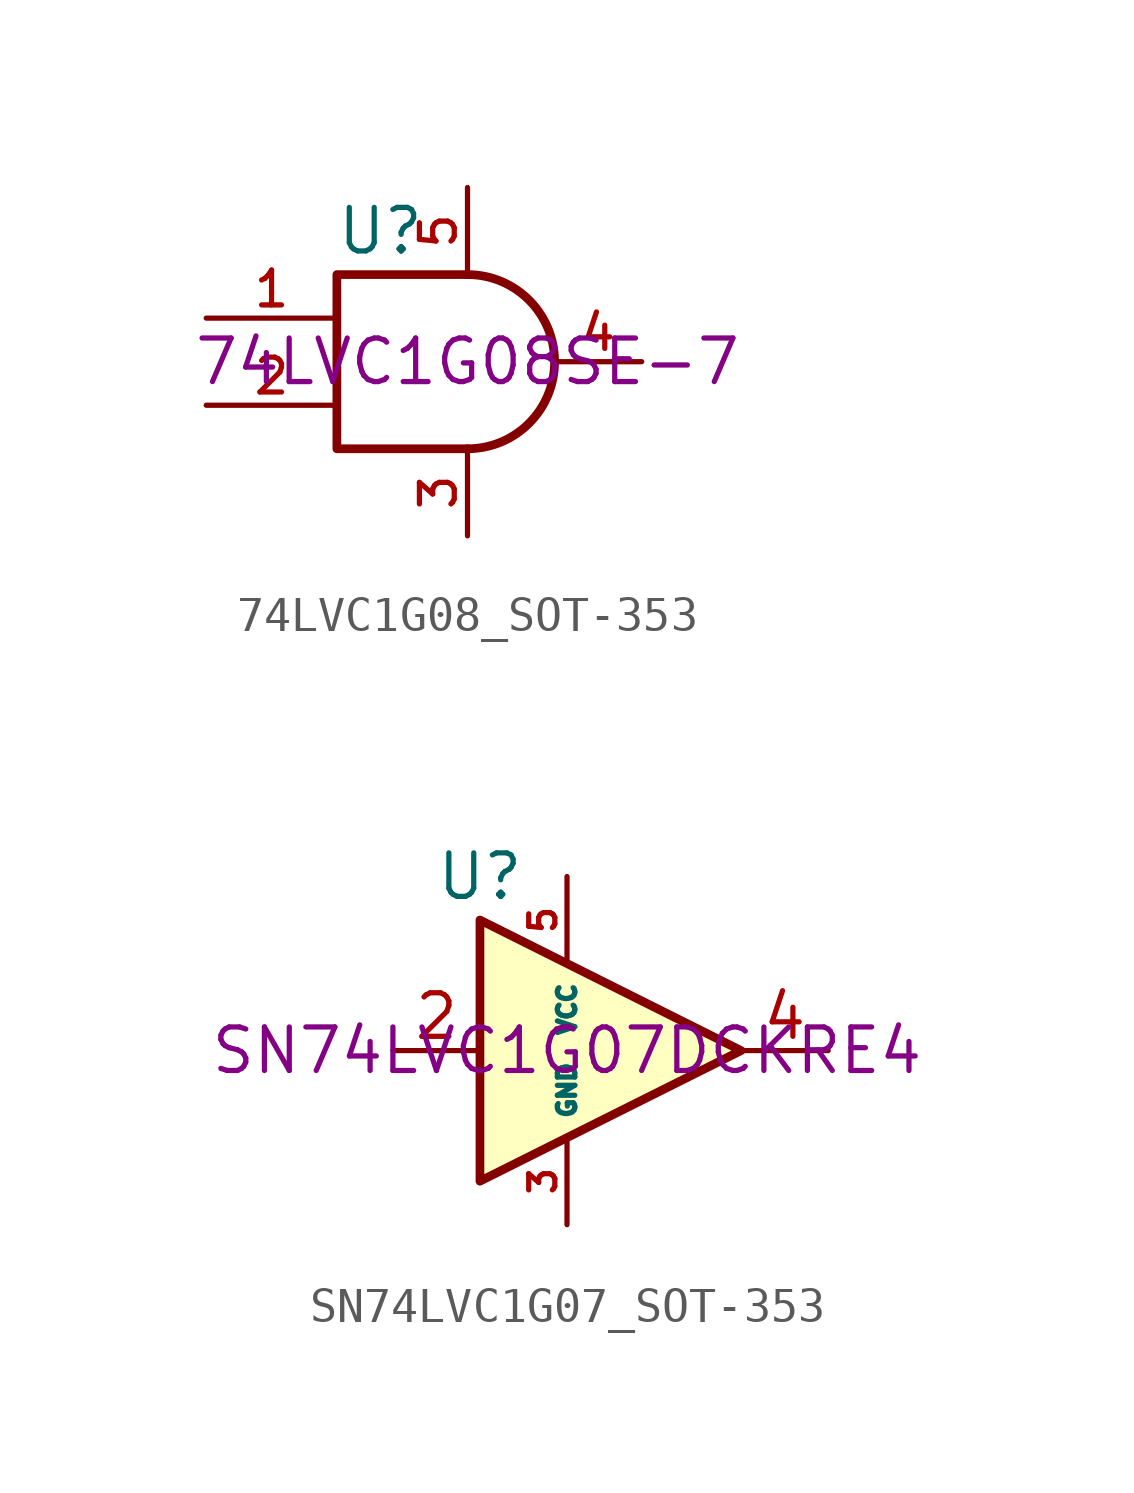
<source format=kicad_sym>
(kicad_symbol_lib
  (version 20211014)
  (generator kicad_symbol_editor)
  (symbol "74LVC1G08_SOT-353"
    (pin_names
      (offset 1.016))
    (property "Reference" "U"
      (at -2.54 3.81 0)
      (effects (font (size 1.27 1.27))))
    (property "Manufacturer Part Number" "74LVC1G08SE-7"
      (at 0 0 0)
      (effects (font (size 1.27 1.27))))
    (symbol "74LVC1G08_SOT-353_0_1"
      (arc (start 0 -2.54) (mid 2.54 0) (end 0 2.54) (stroke (width 0.254) (type default) (color 0 0 0 0)) (fill (type none)))
      (polyline (pts (xy 0 -2.54) (xy -3.81 -2.54) (xy -3.81 2.54) (xy 0 2.54)) (stroke (width 0.254) (type default) (color 0 0 0 0)) (fill (type none))))
    (symbol "74LVC1G08_SOT-353_1_1"
      (pin input line (at -7.62 1.27 0) (length 3.81) (name "~" (effects (font (size 1.016 1.016)))) (number "1" (effects (font (size 1.016 1.016)))))
      (pin input line (at -7.62 -1.27 0) (length 3.81) (name "~" (effects (font (size 1.016 1.016)))) (number "2" (effects (font (size 1.016 1.016)))))
      (pin power_in line (at 0 -5.08 90) (length 2.54) (name "~" (effects (font (size 1.016 1.016)))) (number "3" (effects (font (size 1.016 1.016)))))
      (pin output line (at 5.08 0 180) (length 2.54) (name "~" (effects (font (size 1.016 1.016)))) (number "4" (effects (font (size 1.016 1.016)))))
      (pin power_in line (at 0 5.08 270) (length 2.54) (name "~" (effects (font (size 1.016 1.016)))) (number "5" (effects (font (size 1.016 1.016)))))))
  (symbol "SN74LVC1G07_SOT-353"
    (property "Reference" "U"
      (at -2.54 5.08 0)
      (effects (font (size 1.27 1.27))))
    (property "Manufacturer Part Number" "SN74LVC1G07DCKRE4"
      (at 0 0 0)
      (effects (font (size 1.27 1.27))))
    (symbol "SN74LVC1G07_SOT-353_0_1"
      (polyline (pts (xy -2.54 3.81) (xy -2.54 -3.81) (xy 5.08 0) (xy -2.54 3.81)) (stroke (width 0.254) (type default) (color 0 0 0 0)) (fill (type background))))
    (symbol "SN74LVC1G07_SOT-353_1_1"
      (pin no_connect line (at 5.08 0 180) (length 2.54) hide (name "NC" (effects (font (size 1.27 1.27)))) (number "1" (effects (font (size 1.27 1.27)))))
      (pin input line (at -5.08 0 0) (length 2.54) (name "~" (effects (font (size 1.27 1.27)))) (number "2" (effects (font (size 1.27 1.27)))))
      (pin power_in line (at 0 -5.08 90) (length 2.54) (name "GND" (effects (font (size 0.508 0.508)))) (number "3" (effects (font (size 0.762 0.762)))))
      (pin output line (at 7.62 0 180) (length 2.54) (name "~" (effects (font (size 1.27 1.27)))) (number "4" (effects (font (size 1.27 1.27)))))
      (pin power_in line (at 0 5.08 270) (length 2.54) (name "VCC" (effects (font (size 0.508 0.508)))) (number "5" (effects (font (size 0.762 0.762))))))))
</source>
